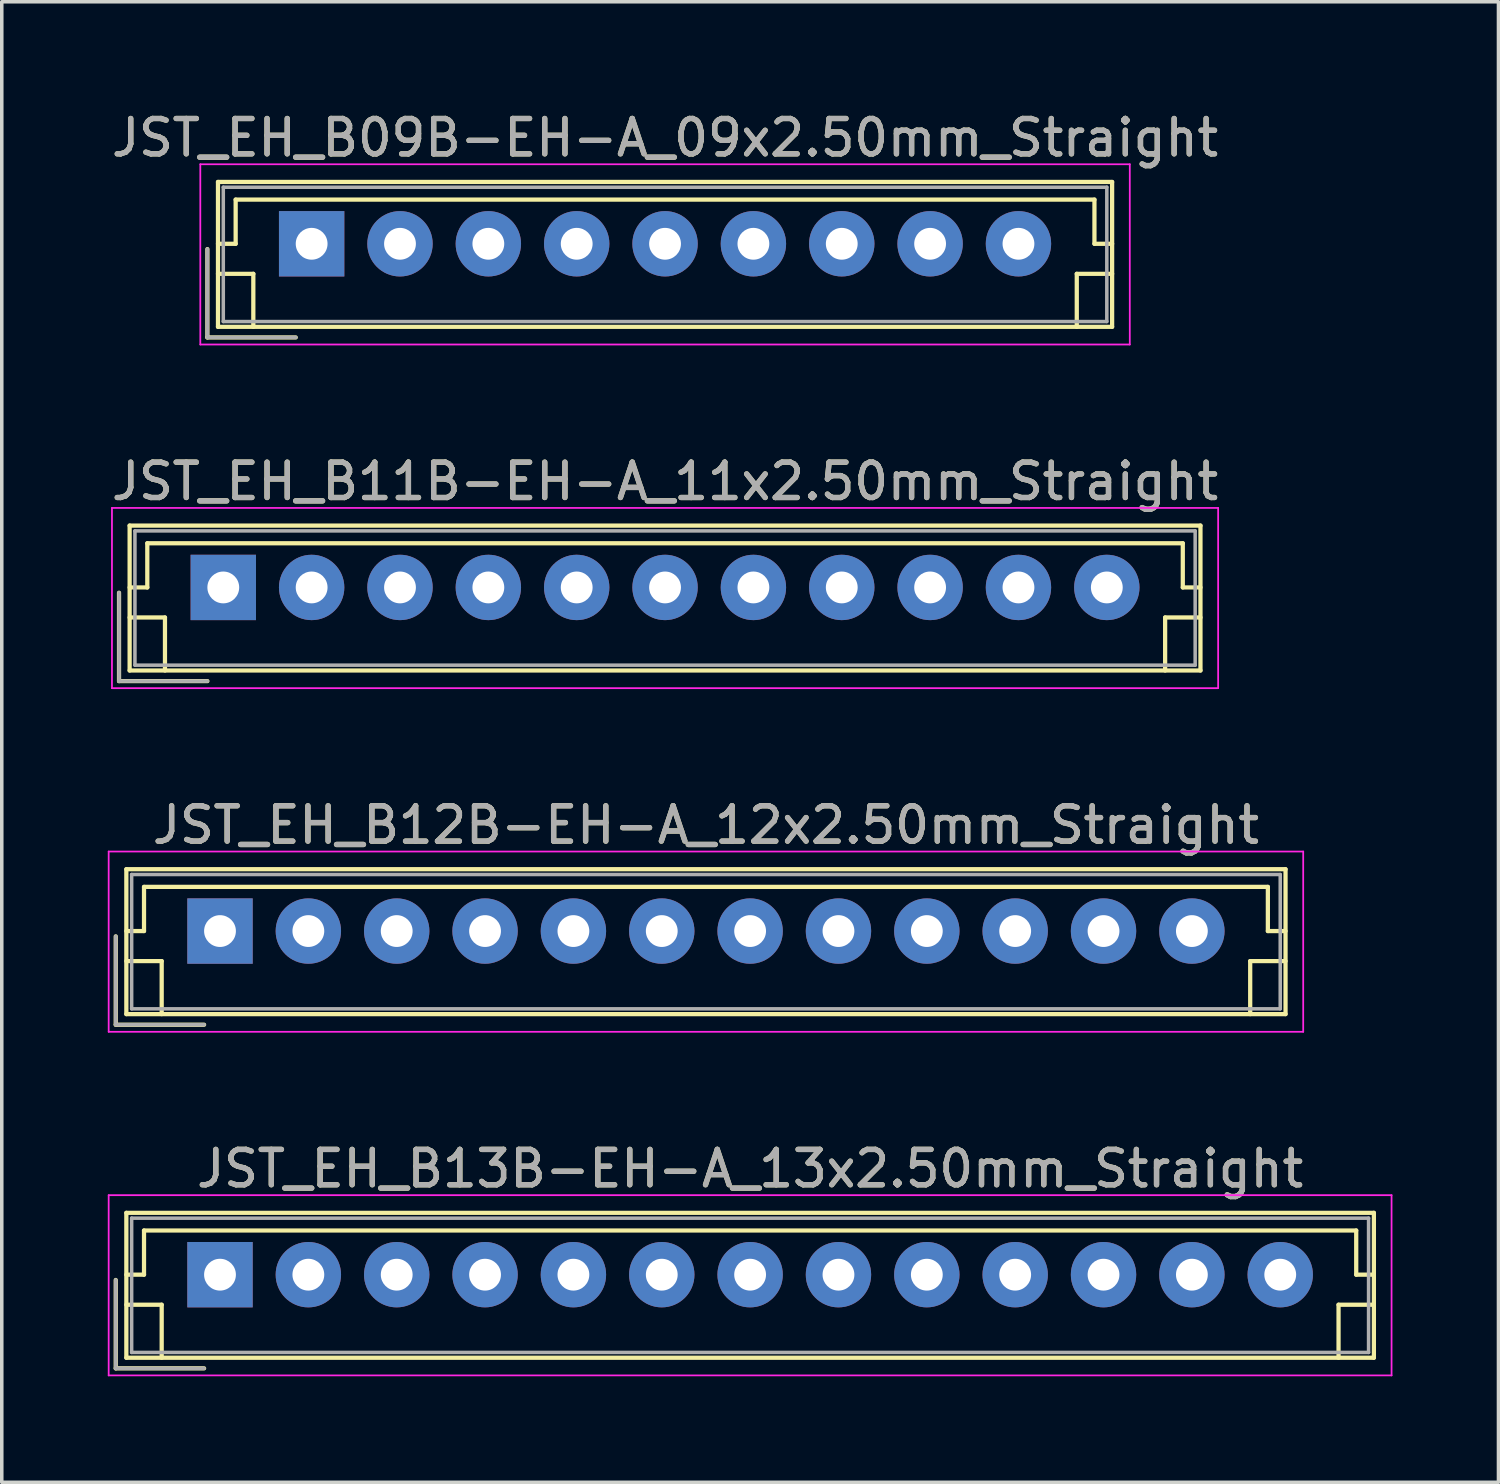
<source format=kicad_pcb>
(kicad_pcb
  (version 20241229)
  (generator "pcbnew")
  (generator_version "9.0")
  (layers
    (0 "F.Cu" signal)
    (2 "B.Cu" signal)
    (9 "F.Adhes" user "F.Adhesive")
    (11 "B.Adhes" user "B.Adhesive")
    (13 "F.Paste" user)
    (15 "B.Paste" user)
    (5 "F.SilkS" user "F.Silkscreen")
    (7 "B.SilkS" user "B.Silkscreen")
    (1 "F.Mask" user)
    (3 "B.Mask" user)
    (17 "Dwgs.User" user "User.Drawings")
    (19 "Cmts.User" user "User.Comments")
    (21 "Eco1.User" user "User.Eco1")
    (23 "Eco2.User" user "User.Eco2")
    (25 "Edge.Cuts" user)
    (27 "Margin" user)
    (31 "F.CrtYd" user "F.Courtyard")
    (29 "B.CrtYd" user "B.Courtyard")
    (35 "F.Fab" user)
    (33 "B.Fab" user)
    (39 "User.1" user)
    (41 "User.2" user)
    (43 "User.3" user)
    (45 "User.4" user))
  (footprint "JST_EH_B13B-EH-A_13x2.50mm_Straight"
    (layer "F.Cu")
    (at 3.175 33.018)
    (property "Reference" "JST_EH_B13B-EH-A_13x2.50mm_Straight" (at 15 -3 0) (layer "F.SilkS") (effects (font (size 1 1) (thickness 0.15))))
    (attr through_hole)
    (fp_line (start -2.95 0.15) (end -2.95 2.65) (stroke (width 0.12) (type solid)) (layer "F.SilkS"))
    (fp_line (start -2.95 2.65) (end -0.45 2.65) (stroke (width 0.12) (type solid)) (layer "F.SilkS"))
    (fp_line (start -2.65 -1.75) (end -2.65 2.35) (stroke (width 0.12) (type solid)) (layer "F.SilkS"))
    (fp_line (start -2.65 0) (end -2.15 0) (stroke (width 0.12) (type solid)) (layer "F.SilkS"))
    (fp_line (start -2.65 0.85) (end -1.65 0.85) (stroke (width 0.12) (type solid)) (layer "F.SilkS"))
    (fp_line (start -2.65 2.35) (end 32.65 2.35) (stroke (width 0.12) (type solid)) (layer "F.SilkS"))
    (fp_line (start -2.15 -1.25) (end 32.15 -1.25) (stroke (width 0.12) (type solid)) (layer "F.SilkS"))
    (fp_line (start -2.15 0) (end -2.15 -1.25) (stroke (width 0.12) (type solid)) (layer "F.SilkS"))
    (fp_line (start -1.65 0.85) (end -1.65 2.35) (stroke (width 0.12) (type solid)) (layer "F.SilkS"))
    (fp_line (start 31.65 0.85) (end 31.65 2.35) (stroke (width 0.12) (type solid)) (layer "F.SilkS"))
    (fp_line (start 32.15 -1.25) (end 32.15 0) (stroke (width 0.12) (type solid)) (layer "F.SilkS"))
    (fp_line (start 32.15 0) (end 32.65 0) (stroke (width 0.12) (type solid)) (layer "F.SilkS"))
    (fp_line (start 32.65 -1.75) (end -2.65 -1.75) (stroke (width 0.12) (type solid)) (layer "F.SilkS"))
    (fp_line (start 32.65 0.85) (end 31.65 0.85) (stroke (width 0.12) (type solid)) (layer "F.SilkS"))
    (fp_line (start 32.65 2.35) (end 32.65 -1.75) (stroke (width 0.12) (type solid)) (layer "F.SilkS"))
    (fp_line (start -3.15 -2.25) (end -3.15 2.85) (stroke (width 0.05) (type solid)) (layer "F.CrtYd"))
    (fp_line (start -3.15 2.85) (end 33.15 2.85) (stroke (width 0.05) (type solid)) (layer "F.CrtYd"))
    (fp_line (start 33.15 -2.25) (end -3.15 -2.25) (stroke (width 0.05) (type solid)) (layer "F.CrtYd"))
    (fp_line (start 33.15 2.85) (end 33.15 -2.25) (stroke (width 0.05) (type solid)) (layer "F.CrtYd"))
    (fp_line (start -2.95 0.15) (end -2.95 2.65) (stroke (width 0.1) (type solid)) (layer "F.Fab"))
    (fp_line (start -2.95 2.65) (end -0.45 2.65) (stroke (width 0.1) (type solid)) (layer "F.Fab"))
    (fp_line (start -2.5 -1.6) (end -2.5 2.2) (stroke (width 0.1) (type solid)) (layer "F.Fab"))
    (fp_line (start -2.5 2.2) (end 32.5 2.2) (stroke (width 0.1) (type solid)) (layer "F.Fab"))
    (fp_line (start 32.5 -1.6) (end -2.5 -1.6) (stroke (width 0.1) (type solid)) (layer "F.Fab"))
    (fp_line (start 32.5 2.2) (end 32.5 -1.6) (stroke (width 0.1) (type solid)) (layer "F.Fab"))
    (fp_text user "${REFERENCE}" (at 15 -3 0) (layer "F.Fab") (effects (font (size 1 1) (thickness 0.15))))
    (pad "1" thru_hole rect (at 0 0) (size 1.85 1.85) (drill 0.9) (layers "*.Cu" "*.Mask"))
    (pad "2" thru_hole circle (at 2.5 0) (size 1.85 1.85) (drill 0.9) (layers "*.Cu" "*.Mask"))
    (pad "3" thru_hole circle (at 5 0) (size 1.85 1.85) (drill 0.9) (layers "*.Cu" "*.Mask"))
    (pad "4" thru_hole circle (at 7.5 0) (size 1.85 1.85) (drill 0.9) (layers "*.Cu" "*.Mask"))
    (pad "5" thru_hole circle (at 10 0) (size 1.85 1.85) (drill 0.9) (layers "*.Cu" "*.Mask"))
    (pad "6" thru_hole circle (at 12.5 0) (size 1.85 1.85) (drill 0.9) (layers "*.Cu" "*.Mask"))
    (pad "7" thru_hole circle (at 15 0) (size 1.85 1.85) (drill 0.9) (layers "*.Cu" "*.Mask"))
    (pad "8" thru_hole circle (at 17.5 0) (size 1.85 1.85) (drill 0.9) (layers "*.Cu" "*.Mask"))
    (pad "9" thru_hole circle (at 20 0) (size 1.85 1.85) (drill 0.9) (layers "*.Cu" "*.Mask"))
    (pad "10" thru_hole circle (at 22.5 0) (size 1.85 1.85) (drill 0.9) (layers "*.Cu" "*.Mask"))
    (pad "11" thru_hole circle (at 25 0) (size 1.85 1.85) (drill 0.9) (layers "*.Cu" "*.Mask"))
    (pad "12" thru_hole circle (at 27.5 0) (size 1.85 1.85) (drill 0.9) (layers "*.Cu" "*.Mask"))
    (pad "13" thru_hole circle (at 30 0) (size 1.85 1.85) (drill 0.9) (layers "*.Cu" "*.Mask")))
  (footprint "JST_EH_B09B-EH-A_09x2.50mm_Straight"
    (layer "F.Cu")
    (at 5.768 3.848)
    (property "Reference" "JST_EH_B09B-EH-A_09x2.50mm_Straight" (at 10 -3 0) (layer "F.SilkS") (effects (font (size 1 1) (thickness 0.15))))
    (attr through_hole)
    (fp_line (start -2.95 0.15) (end -2.95 2.65) (stroke (width 0.12) (type solid)) (layer "F.SilkS"))
    (fp_line (start -2.95 2.65) (end -0.45 2.65) (stroke (width 0.12) (type solid)) (layer "F.SilkS"))
    (fp_line (start -2.65 -1.75) (end -2.65 2.35) (stroke (width 0.12) (type solid)) (layer "F.SilkS"))
    (fp_line (start -2.65 0) (end -2.15 0) (stroke (width 0.12) (type solid)) (layer "F.SilkS"))
    (fp_line (start -2.65 0.85) (end -1.65 0.85) (stroke (width 0.12) (type solid)) (layer "F.SilkS"))
    (fp_line (start -2.65 2.35) (end 22.65 2.35) (stroke (width 0.12) (type solid)) (layer "F.SilkS"))
    (fp_line (start -2.15 -1.25) (end 22.15 -1.25) (stroke (width 0.12) (type solid)) (layer "F.SilkS"))
    (fp_line (start -2.15 0) (end -2.15 -1.25) (stroke (width 0.12) (type solid)) (layer "F.SilkS"))
    (fp_line (start -1.65 0.85) (end -1.65 2.35) (stroke (width 0.12) (type solid)) (layer "F.SilkS"))
    (fp_line (start 21.65 0.85) (end 21.65 2.35) (stroke (width 0.12) (type solid)) (layer "F.SilkS"))
    (fp_line (start 22.15 -1.25) (end 22.15 0) (stroke (width 0.12) (type solid)) (layer "F.SilkS"))
    (fp_line (start 22.15 0) (end 22.65 0) (stroke (width 0.12) (type solid)) (layer "F.SilkS"))
    (fp_line (start 22.65 -1.75) (end -2.65 -1.75) (stroke (width 0.12) (type solid)) (layer "F.SilkS"))
    (fp_line (start 22.65 0.85) (end 21.65 0.85) (stroke (width 0.12) (type solid)) (layer "F.SilkS"))
    (fp_line (start 22.65 2.35) (end 22.65 -1.75) (stroke (width 0.12) (type solid)) (layer "F.SilkS"))
    (fp_line (start -3.15 -2.25) (end -3.15 2.85) (stroke (width 0.05) (type solid)) (layer "F.CrtYd"))
    (fp_line (start -3.15 2.85) (end 23.15 2.85) (stroke (width 0.05) (type solid)) (layer "F.CrtYd"))
    (fp_line (start 23.15 -2.25) (end -3.15 -2.25) (stroke (width 0.05) (type solid)) (layer "F.CrtYd"))
    (fp_line (start 23.15 2.85) (end 23.15 -2.25) (stroke (width 0.05) (type solid)) (layer "F.CrtYd"))
    (fp_line (start -2.95 0.15) (end -2.95 2.65) (stroke (width 0.1) (type solid)) (layer "F.Fab"))
    (fp_line (start -2.95 2.65) (end -0.45 2.65) (stroke (width 0.1) (type solid)) (layer "F.Fab"))
    (fp_line (start -2.5 -1.6) (end -2.5 2.2) (stroke (width 0.1) (type solid)) (layer "F.Fab"))
    (fp_line (start -2.5 2.2) (end 22.5 2.2) (stroke (width 0.1) (type solid)) (layer "F.Fab"))
    (fp_line (start 22.5 -1.6) (end -2.5 -1.6) (stroke (width 0.1) (type solid)) (layer "F.Fab"))
    (fp_line (start 22.5 2.2) (end 22.5 -1.6) (stroke (width 0.1) (type solid)) (layer "F.Fab"))
    (fp_text user "${REFERENCE}" (at 10 -3 0) (layer "F.Fab") (effects (font (size 1 1) (thickness 0.15))))
    (pad "1" thru_hole rect (at 0 0) (size 1.85 1.85) (drill 0.9) (layers "*.Cu" "*.Mask"))
    (pad "2" thru_hole circle (at 2.5 0) (size 1.85 1.85) (drill 0.9) (layers "*.Cu" "*.Mask"))
    (pad "3" thru_hole circle (at 5 0) (size 1.85 1.85) (drill 0.9) (layers "*.Cu" "*.Mask"))
    (pad "4" thru_hole circle (at 7.5 0) (size 1.85 1.85) (drill 0.9) (layers "*.Cu" "*.Mask"))
    (pad "5" thru_hole circle (at 10 0) (size 1.85 1.85) (drill 0.9) (layers "*.Cu" "*.Mask"))
    (pad "6" thru_hole circle (at 12.5 0) (size 1.85 1.85) (drill 0.9) (layers "*.Cu" "*.Mask"))
    (pad "7" thru_hole circle (at 15 0) (size 1.85 1.85) (drill 0.9) (layers "*.Cu" "*.Mask"))
    (pad "8" thru_hole circle (at 17.5 0) (size 1.85 1.85) (drill 0.9) (layers "*.Cu" "*.Mask"))
    (pad "9" thru_hole circle (at 20 0) (size 1.85 1.85) (drill 0.9) (layers "*.Cu" "*.Mask")))
  (footprint "JST_EH_B12B-EH-A_12x2.50mm_Straight"
    (layer "F.Cu")
    (at 3.175 23.295)
    (property "Reference" "JST_EH_B12B-EH-A_12x2.50mm_Straight" (at 13.75 -3 0) (layer "F.SilkS") (effects (font (size 1 1) (thickness 0.15))))
    (attr through_hole)
    (fp_line (start -2.95 0.15) (end -2.95 2.65) (stroke (width 0.12) (type solid)) (layer "F.SilkS"))
    (fp_line (start -2.95 2.65) (end -0.45 2.65) (stroke (width 0.12) (type solid)) (layer "F.SilkS"))
    (fp_line (start -2.65 -1.75) (end -2.65 2.35) (stroke (width 0.12) (type solid)) (layer "F.SilkS"))
    (fp_line (start -2.65 0) (end -2.15 0) (stroke (width 0.12) (type solid)) (layer "F.SilkS"))
    (fp_line (start -2.65 0.85) (end -1.65 0.85) (stroke (width 0.12) (type solid)) (layer "F.SilkS"))
    (fp_line (start -2.65 2.35) (end 30.15 2.35) (stroke (width 0.12) (type solid)) (layer "F.SilkS"))
    (fp_line (start -2.15 -1.25) (end 29.65 -1.25) (stroke (width 0.12) (type solid)) (layer "F.SilkS"))
    (fp_line (start -2.15 0) (end -2.15 -1.25) (stroke (width 0.12) (type solid)) (layer "F.SilkS"))
    (fp_line (start -1.65 0.85) (end -1.65 2.35) (stroke (width 0.12) (type solid)) (layer "F.SilkS"))
    (fp_line (start 29.15 0.85) (end 29.15 2.35) (stroke (width 0.12) (type solid)) (layer "F.SilkS"))
    (fp_line (start 29.65 -1.25) (end 29.65 0) (stroke (width 0.12) (type solid)) (layer "F.SilkS"))
    (fp_line (start 29.65 0) (end 30.15 0) (stroke (width 0.12) (type solid)) (layer "F.SilkS"))
    (fp_line (start 30.15 -1.75) (end -2.65 -1.75) (stroke (width 0.12) (type solid)) (layer "F.SilkS"))
    (fp_line (start 30.15 0.85) (end 29.15 0.85) (stroke (width 0.12) (type solid)) (layer "F.SilkS"))
    (fp_line (start 30.15 2.35) (end 30.15 -1.75) (stroke (width 0.12) (type solid)) (layer "F.SilkS"))
    (fp_line (start -3.15 -2.25) (end -3.15 2.85) (stroke (width 0.05) (type solid)) (layer "F.CrtYd"))
    (fp_line (start -3.15 2.85) (end 30.65 2.85) (stroke (width 0.05) (type solid)) (layer "F.CrtYd"))
    (fp_line (start 30.65 -2.25) (end -3.15 -2.25) (stroke (width 0.05) (type solid)) (layer "F.CrtYd"))
    (fp_line (start 30.65 2.85) (end 30.65 -2.25) (stroke (width 0.05) (type solid)) (layer "F.CrtYd"))
    (fp_line (start -2.95 0.15) (end -2.95 2.65) (stroke (width 0.1) (type solid)) (layer "F.Fab"))
    (fp_line (start -2.95 2.65) (end -0.45 2.65) (stroke (width 0.1) (type solid)) (layer "F.Fab"))
    (fp_line (start -2.5 -1.6) (end -2.5 2.2) (stroke (width 0.1) (type solid)) (layer "F.Fab"))
    (fp_line (start -2.5 2.2) (end 30 2.2) (stroke (width 0.1) (type solid)) (layer "F.Fab"))
    (fp_line (start 30 -1.6) (end -2.5 -1.6) (stroke (width 0.1) (type solid)) (layer "F.Fab"))
    (fp_line (start 30 2.2) (end 30 -1.6) (stroke (width 0.1) (type solid)) (layer "F.Fab"))
    (fp_text user "${REFERENCE}" (at 13.75 -3 0) (layer "F.Fab") (effects (font (size 1 1) (thickness 0.15))))
    (pad "1" thru_hole rect (at 0 0) (size 1.85 1.85) (drill 0.9) (layers "*.Cu" "*.Mask"))
    (pad "2" thru_hole circle (at 2.5 0) (size 1.85 1.85) (drill 0.9) (layers "*.Cu" "*.Mask"))
    (pad "3" thru_hole circle (at 5 0) (size 1.85 1.85) (drill 0.9) (layers "*.Cu" "*.Mask"))
    (pad "4" thru_hole circle (at 7.5 0) (size 1.85 1.85) (drill 0.9) (layers "*.Cu" "*.Mask"))
    (pad "5" thru_hole circle (at 10 0) (size 1.85 1.85) (drill 0.9) (layers "*.Cu" "*.Mask"))
    (pad "6" thru_hole circle (at 12.5 0) (size 1.85 1.85) (drill 0.9) (layers "*.Cu" "*.Mask"))
    (pad "7" thru_hole circle (at 15 0) (size 1.85 1.85) (drill 0.9) (layers "*.Cu" "*.Mask"))
    (pad "8" thru_hole circle (at 17.5 0) (size 1.85 1.85) (drill 0.9) (layers "*.Cu" "*.Mask"))
    (pad "9" thru_hole circle (at 20 0) (size 1.85 1.85) (drill 0.9) (layers "*.Cu" "*.Mask"))
    (pad "10" thru_hole circle (at 22.5 0) (size 1.85 1.85) (drill 0.9) (layers "*.Cu" "*.Mask"))
    (pad "11" thru_hole circle (at 25 0) (size 1.85 1.85) (drill 0.9) (layers "*.Cu" "*.Mask"))
    (pad "12" thru_hole circle (at 27.5 0) (size 1.85 1.85) (drill 0.9) (layers "*.Cu" "*.Mask")))
  (footprint "JST_EH_B11B-EH-A_11x2.50mm_Straight"
    (layer "F.Cu")
    (at 3.268 13.572)
    (property "Reference" "JST_EH_B11B-EH-A_11x2.50mm_Straight" (at 12.5 -3 0) (layer "F.SilkS") (effects (font (size 1 1) (thickness 0.15))))
    (attr through_hole)
    (fp_line (start -2.95 0.15) (end -2.95 2.65) (stroke (width 0.12) (type solid)) (layer "F.SilkS"))
    (fp_line (start -2.95 2.65) (end -0.45 2.65) (stroke (width 0.12) (type solid)) (layer "F.SilkS"))
    (fp_line (start -2.65 -1.75) (end -2.65 2.35) (stroke (width 0.12) (type solid)) (layer "F.SilkS"))
    (fp_line (start -2.65 0) (end -2.15 0) (stroke (width 0.12) (type solid)) (layer "F.SilkS"))
    (fp_line (start -2.65 0.85) (end -1.65 0.85) (stroke (width 0.12) (type solid)) (layer "F.SilkS"))
    (fp_line (start -2.65 2.35) (end 27.65 2.35) (stroke (width 0.12) (type solid)) (layer "F.SilkS"))
    (fp_line (start -2.15 -1.25) (end 27.15 -1.25) (stroke (width 0.12) (type solid)) (layer "F.SilkS"))
    (fp_line (start -2.15 0) (end -2.15 -1.25) (stroke (width 0.12) (type solid)) (layer "F.SilkS"))
    (fp_line (start -1.65 0.85) (end -1.65 2.35) (stroke (width 0.12) (type solid)) (layer "F.SilkS"))
    (fp_line (start 26.65 0.85) (end 26.65 2.35) (stroke (width 0.12) (type solid)) (layer "F.SilkS"))
    (fp_line (start 27.15 -1.25) (end 27.15 0) (stroke (width 0.12) (type solid)) (layer "F.SilkS"))
    (fp_line (start 27.15 0) (end 27.65 0) (stroke (width 0.12) (type solid)) (layer "F.SilkS"))
    (fp_line (start 27.65 -1.75) (end -2.65 -1.75) (stroke (width 0.12) (type solid)) (layer "F.SilkS"))
    (fp_line (start 27.65 0.85) (end 26.65 0.85) (stroke (width 0.12) (type solid)) (layer "F.SilkS"))
    (fp_line (start 27.65 2.35) (end 27.65 -1.75) (stroke (width 0.12) (type solid)) (layer "F.SilkS"))
    (fp_line (start -3.15 -2.25) (end -3.15 2.85) (stroke (width 0.05) (type solid)) (layer "F.CrtYd"))
    (fp_line (start -3.15 2.85) (end 28.15 2.85) (stroke (width 0.05) (type solid)) (layer "F.CrtYd"))
    (fp_line (start 28.15 -2.25) (end -3.15 -2.25) (stroke (width 0.05) (type solid)) (layer "F.CrtYd"))
    (fp_line (start 28.15 2.85) (end 28.15 -2.25) (stroke (width 0.05) (type solid)) (layer "F.CrtYd"))
    (fp_line (start -2.95 0.15) (end -2.95 2.65) (stroke (width 0.1) (type solid)) (layer "F.Fab"))
    (fp_line (start -2.95 2.65) (end -0.45 2.65) (stroke (width 0.1) (type solid)) (layer "F.Fab"))
    (fp_line (start -2.5 -1.6) (end -2.5 2.2) (stroke (width 0.1) (type solid)) (layer "F.Fab"))
    (fp_line (start -2.5 2.2) (end 27.5 2.2) (stroke (width 0.1) (type solid)) (layer "F.Fab"))
    (fp_line (start 27.5 -1.6) (end -2.5 -1.6) (stroke (width 0.1) (type solid)) (layer "F.Fab"))
    (fp_line (start 27.5 2.2) (end 27.5 -1.6) (stroke (width 0.1) (type solid)) (layer "F.Fab"))
    (fp_text user "${REFERENCE}" (at 12.5 -3 0) (layer "F.Fab") (effects (font (size 1 1) (thickness 0.15))))
    (pad "1" thru_hole rect (at 0 0) (size 1.85 1.85) (drill 0.9) (layers "*.Cu" "*.Mask"))
    (pad "2" thru_hole circle (at 2.5 0) (size 1.85 1.85) (drill 0.9) (layers "*.Cu" "*.Mask"))
    (pad "3" thru_hole circle (at 5 0) (size 1.85 1.85) (drill 0.9) (layers "*.Cu" "*.Mask"))
    (pad "4" thru_hole circle (at 7.5 0) (size 1.85 1.85) (drill 0.9) (layers "*.Cu" "*.Mask"))
    (pad "5" thru_hole circle (at 10 0) (size 1.85 1.85) (drill 0.9) (layers "*.Cu" "*.Mask"))
    (pad "6" thru_hole circle (at 12.5 0) (size 1.85 1.85) (drill 0.9) (layers "*.Cu" "*.Mask"))
    (pad "7" thru_hole circle (at 15 0) (size 1.85 1.85) (drill 0.9) (layers "*.Cu" "*.Mask"))
    (pad "8" thru_hole circle (at 17.5 0) (size 1.85 1.85) (drill 0.9) (layers "*.Cu" "*.Mask"))
    (pad "9" thru_hole circle (at 20 0) (size 1.85 1.85) (drill 0.9) (layers "*.Cu" "*.Mask"))
    (pad "10" thru_hole circle (at 22.5 0) (size 1.85 1.85) (drill 0.9) (layers "*.Cu" "*.Mask"))
    (pad "11" thru_hole circle (at 25 0) (size 1.85 1.85) (drill 0.9) (layers "*.Cu" "*.Mask")))
  (gr_rect
    (start -3 -3)
    (end 39.35 38.893)
    (stroke (width 0.1) (type default))
    (fill no)
    (layer "Edge.Cuts")))
</source>
